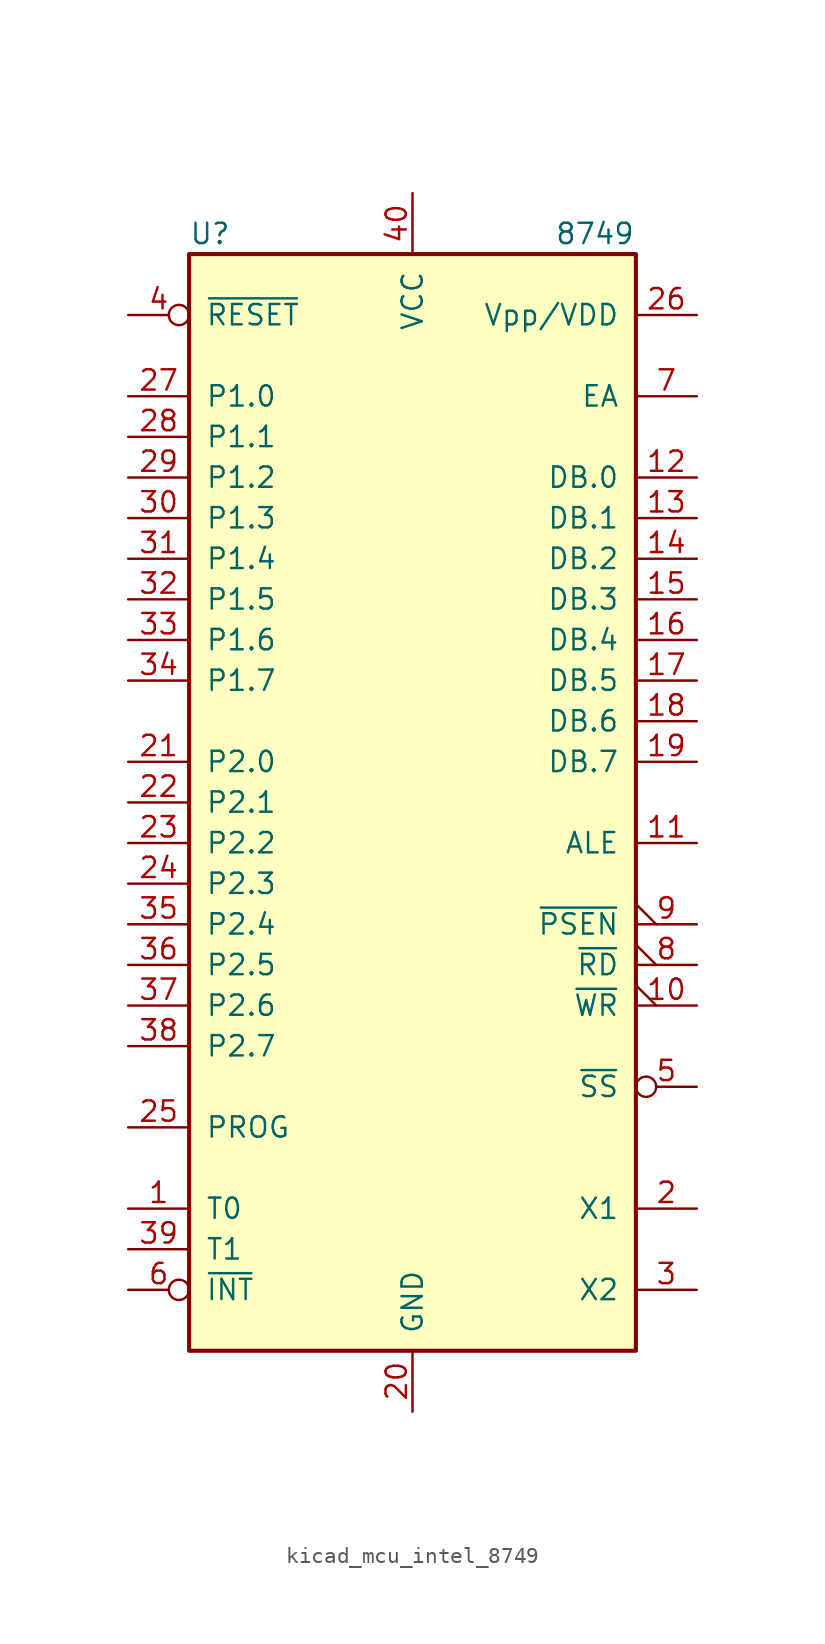
<source format=kicad_sym>
(kicad_symbol_lib
  (version 20220914)
  (generator kicad_symbol_editor)
  (symbol "kicad_mcu_intel_8749"
    (pin_names
      (offset 1.016))
    (property "Reference" "U"
      (at -13.97 35.56 0)
      (effects (font (size 1.27 1.27)) (justify left)))
    (property "Value" "8749"
      (at 8.89 35.56 0)
      (effects (font (size 1.27 1.27)) (justify left)))
    (symbol "kicad_mcu_intel_8749_1_1"
      (rectangle (start -13.97 -34.29) (end 13.97 34.29) (stroke (width 0.254) (type default)) (fill (type background)))
      (pin input line (at -17.78 -25.4 0) (length 3.81) (name "T0" (effects (font (size 1.27 1.27)))) (number "1" (effects (font (size 1.27 1.27)))))
      (pin output output_low (at 17.78 -12.7 180) (length 3.81) (name "~{WR}" (effects (font (size 1.27 1.27)))) (number "10" (effects (font (size 1.27 1.27)))))
      (pin output line (at 17.78 -2.54 180) (length 3.81) (name "ALE" (effects (font (size 1.27 1.27)))) (number "11" (effects (font (size 1.27 1.27)))))
      (pin bidirectional line (at 17.78 20.32 180) (length 3.81) (name "DB.0" (effects (font (size 1.27 1.27)))) (number "12" (effects (font (size 1.27 1.27)))))
      (pin bidirectional line (at 17.78 17.78 180) (length 3.81) (name "DB.1" (effects (font (size 1.27 1.27)))) (number "13" (effects (font (size 1.27 1.27)))))
      (pin bidirectional line (at 17.78 15.24 180) (length 3.81) (name "DB.2" (effects (font (size 1.27 1.27)))) (number "14" (effects (font (size 1.27 1.27)))))
      (pin bidirectional line (at 17.78 12.7 180) (length 3.81) (name "DB.3" (effects (font (size 1.27 1.27)))) (number "15" (effects (font (size 1.27 1.27)))))
      (pin bidirectional line (at 17.78 10.16 180) (length 3.81) (name "DB.4" (effects (font (size 1.27 1.27)))) (number "16" (effects (font (size 1.27 1.27)))))
      (pin bidirectional line (at 17.78 7.62 180) (length 3.81) (name "DB.5" (effects (font (size 1.27 1.27)))) (number "17" (effects (font (size 1.27 1.27)))))
      (pin bidirectional line (at 17.78 5.08 180) (length 3.81) (name "DB.6" (effects (font (size 1.27 1.27)))) (number "18" (effects (font (size 1.27 1.27)))))
      (pin bidirectional line (at 17.78 2.54 180) (length 3.81) (name "DB.7" (effects (font (size 1.27 1.27)))) (number "19" (effects (font (size 1.27 1.27)))))
      (pin input line (at 17.78 -25.4 180) (length 3.81) (name "X1" (effects (font (size 1.27 1.27)))) (number "2" (effects (font (size 1.27 1.27)))))
      (pin power_in line (at 0 -38.1 90) (length 3.81) (name "GND" (effects (font (size 1.27 1.27)))) (number "20" (effects (font (size 1.27 1.27)))))
      (pin bidirectional line (at -17.78 2.54 0) (length 3.81) (name "P2.0" (effects (font (size 1.27 1.27)))) (number "21" (effects (font (size 1.27 1.27)))))
      (pin bidirectional line (at -17.78 0 0) (length 3.81) (name "P2.1" (effects (font (size 1.27 1.27)))) (number "22" (effects (font (size 1.27 1.27)))))
      (pin bidirectional line (at -17.78 -2.54 0) (length 3.81) (name "P2.2" (effects (font (size 1.27 1.27)))) (number "23" (effects (font (size 1.27 1.27)))))
      (pin bidirectional line (at -17.78 -5.08 0) (length 3.81) (name "P2.3" (effects (font (size 1.27 1.27)))) (number "24" (effects (font (size 1.27 1.27)))))
      (pin output line (at -17.78 -20.32 0) (length 3.81) (name "PROG" (effects (font (size 1.27 1.27)))) (number "25" (effects (font (size 1.27 1.27)))))
      (pin power_in line (at 17.78 30.48 180) (length 3.81) (name "Vpp/VDD" (effects (font (size 1.27 1.27)))) (number "26" (effects (font (size 1.27 1.27)))))
      (pin bidirectional line (at -17.78 25.4 0) (length 3.81) (name "P1.0" (effects (font (size 1.27 1.27)))) (number "27" (effects (font (size 1.27 1.27)))))
      (pin bidirectional line (at -17.78 22.86 0) (length 3.81) (name "P1.1" (effects (font (size 1.27 1.27)))) (number "28" (effects (font (size 1.27 1.27)))))
      (pin bidirectional line (at -17.78 20.32 0) (length 3.81) (name "P1.2" (effects (font (size 1.27 1.27)))) (number "29" (effects (font (size 1.27 1.27)))))
      (pin output line (at 17.78 -30.48 180) (length 3.81) (name "X2" (effects (font (size 1.27 1.27)))) (number "3" (effects (font (size 1.27 1.27)))))
      (pin bidirectional line (at -17.78 17.78 0) (length 3.81) (name "P1.3" (effects (font (size 1.27 1.27)))) (number "30" (effects (font (size 1.27 1.27)))))
      (pin bidirectional line (at -17.78 15.24 0) (length 3.81) (name "P1.4" (effects (font (size 1.27 1.27)))) (number "31" (effects (font (size 1.27 1.27)))))
      (pin bidirectional line (at -17.78 12.7 0) (length 3.81) (name "P1.5" (effects (font (size 1.27 1.27)))) (number "32" (effects (font (size 1.27 1.27)))))
      (pin bidirectional line (at -17.78 10.16 0) (length 3.81) (name "P1.6" (effects (font (size 1.27 1.27)))) (number "33" (effects (font (size 1.27 1.27)))))
      (pin bidirectional line (at -17.78 7.62 0) (length 3.81) (name "P1.7" (effects (font (size 1.27 1.27)))) (number "34" (effects (font (size 1.27 1.27)))))
      (pin bidirectional line (at -17.78 -7.62 0) (length 3.81) (name "P2.4" (effects (font (size 1.27 1.27)))) (number "35" (effects (font (size 1.27 1.27)))))
      (pin bidirectional line (at -17.78 -10.16 0) (length 3.81) (name "P2.5" (effects (font (size 1.27 1.27)))) (number "36" (effects (font (size 1.27 1.27)))))
      (pin bidirectional line (at -17.78 -12.7 0) (length 3.81) (name "P2.6" (effects (font (size 1.27 1.27)))) (number "37" (effects (font (size 1.27 1.27)))))
      (pin bidirectional line (at -17.78 -15.24 0) (length 3.81) (name "P2.7" (effects (font (size 1.27 1.27)))) (number "38" (effects (font (size 1.27 1.27)))))
      (pin input line (at -17.78 -27.94 0) (length 3.81) (name "T1" (effects (font (size 1.27 1.27)))) (number "39" (effects (font (size 1.27 1.27)))))
      (pin input inverted (at -17.78 30.48 0) (length 3.81) (name "~{RESET}" (effects (font (size 1.27 1.27)))) (number "4" (effects (font (size 1.27 1.27)))))
      (pin power_in line (at 0 38.1 270) (length 3.81) (name "VCC" (effects (font (size 1.27 1.27)))) (number "40" (effects (font (size 1.27 1.27)))))
      (pin input inverted (at 17.78 -17.78 180) (length 3.81) (name "~{SS}" (effects (font (size 1.27 1.27)))) (number "5" (effects (font (size 1.27 1.27)))))
      (pin input inverted (at -17.78 -30.48 0) (length 3.81) (name "~{INT}" (effects (font (size 1.27 1.27)))) (number "6" (effects (font (size 1.27 1.27)))))
      (pin input line (at 17.78 25.4 180) (length 3.81) (name "EA" (effects (font (size 1.27 1.27)))) (number "7" (effects (font (size 1.27 1.27)))))
      (pin output output_low (at 17.78 -10.16 180) (length 3.81) (name "~{RD}" (effects (font (size 1.27 1.27)))) (number "8" (effects (font (size 1.27 1.27)))))
      (pin output output_low (at 17.78 -7.62 180) (length 3.81) (name "~{PSEN}" (effects (font (size 1.27 1.27)))) (number "9" (effects (font (size 1.27 1.27))))))))
</source>
